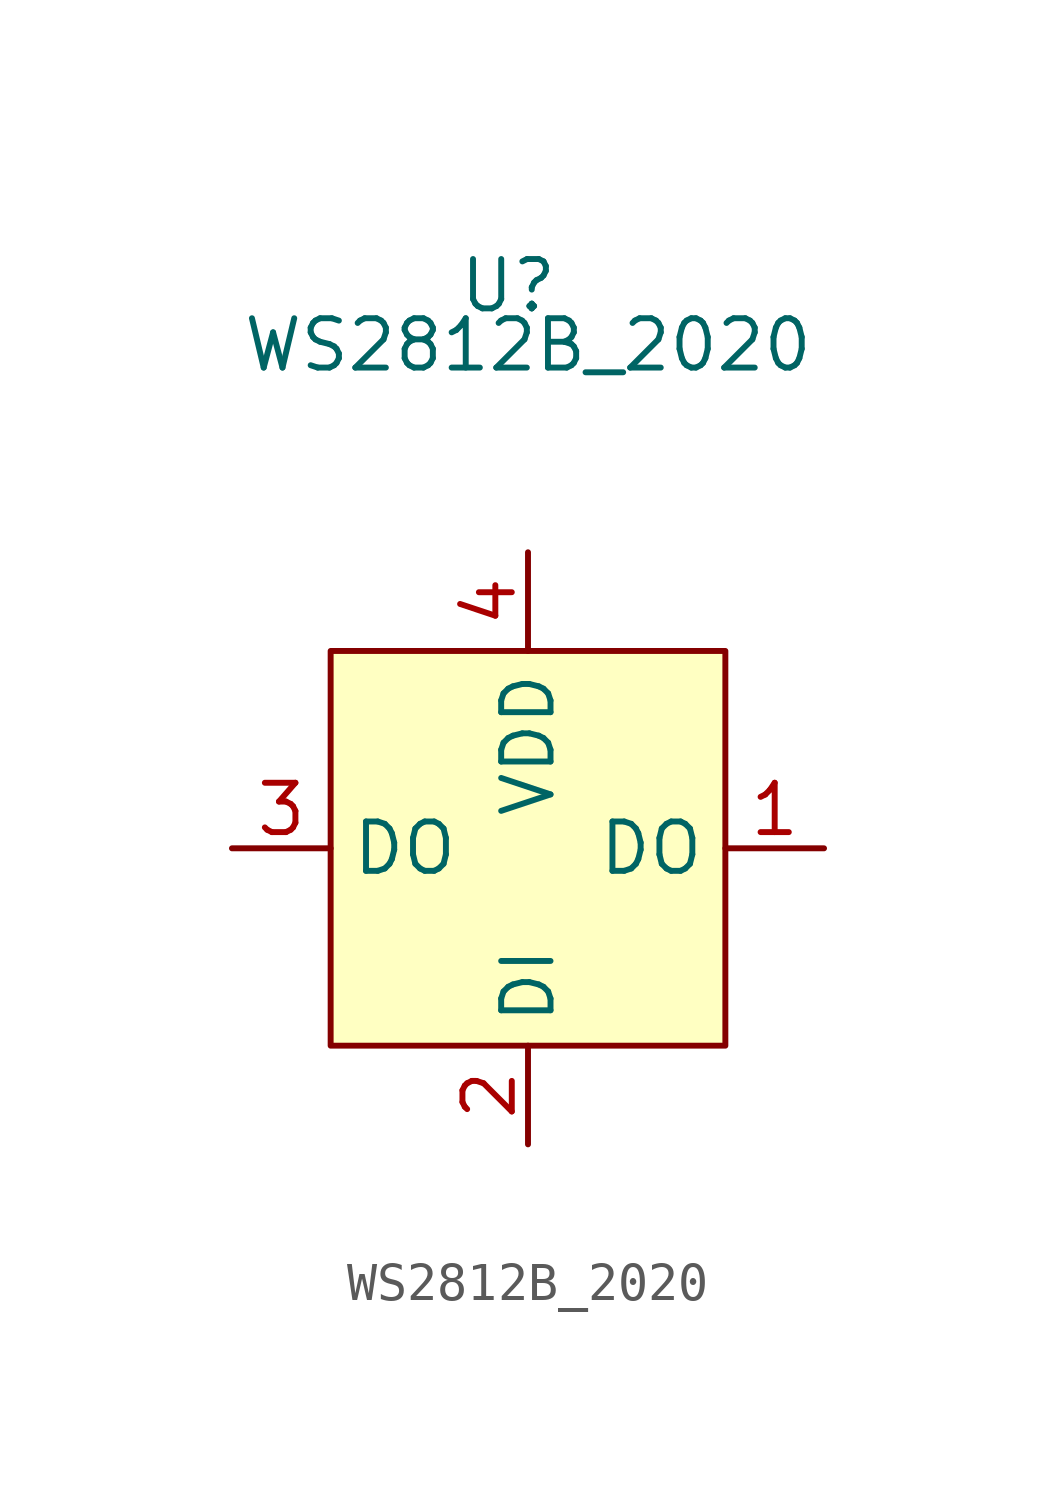
<source format=kicad_sym>
(kicad_symbol_lib
  (version 20241209)
  (generator "kicad_symbol_editor")
  (generator_version "9.0")
  (symbol "WS2812B_2020"
    (property "Reference" "U"
      (at -0.508 14.478 0)
      (effects (font (size 1.27 1.27))))
    (property "Value" "WS2812B_2020"
      (at 0 12.954 0)
      (effects (font (size 1.27 1.27))))
    (symbol "WS2812B_2020_1_1"
      (rectangle (start -5.08 5.08) (end 5.08 -5.08) (stroke (width 0) (type solid)) (fill (type background)))
      (pin input line (at -7.62 0 0) (length 2.54) (name "DO" (effects (font (size 1.27 1.27)))) (number "3" (effects (font (size 1.27 1.27)))))
      (pin input line (at 0 7.62 270) (length 2.54) (name "VDD" (effects (font (size 1.27 1.27)))) (number "4" (effects (font (size 1.27 1.27)))))
      (pin input line (at 0 -7.62 90) (length 2.54) (name "DI" (effects (font (size 1.27 1.27)))) (number "2" (effects (font (size 1.27 1.27)))))
      (pin input line (at 7.62 0 180) (length 2.54) (name "DO" (effects (font (size 1.27 1.27)))) (number "1" (effects (font (size 1.27 1.27))))))))
</source>
